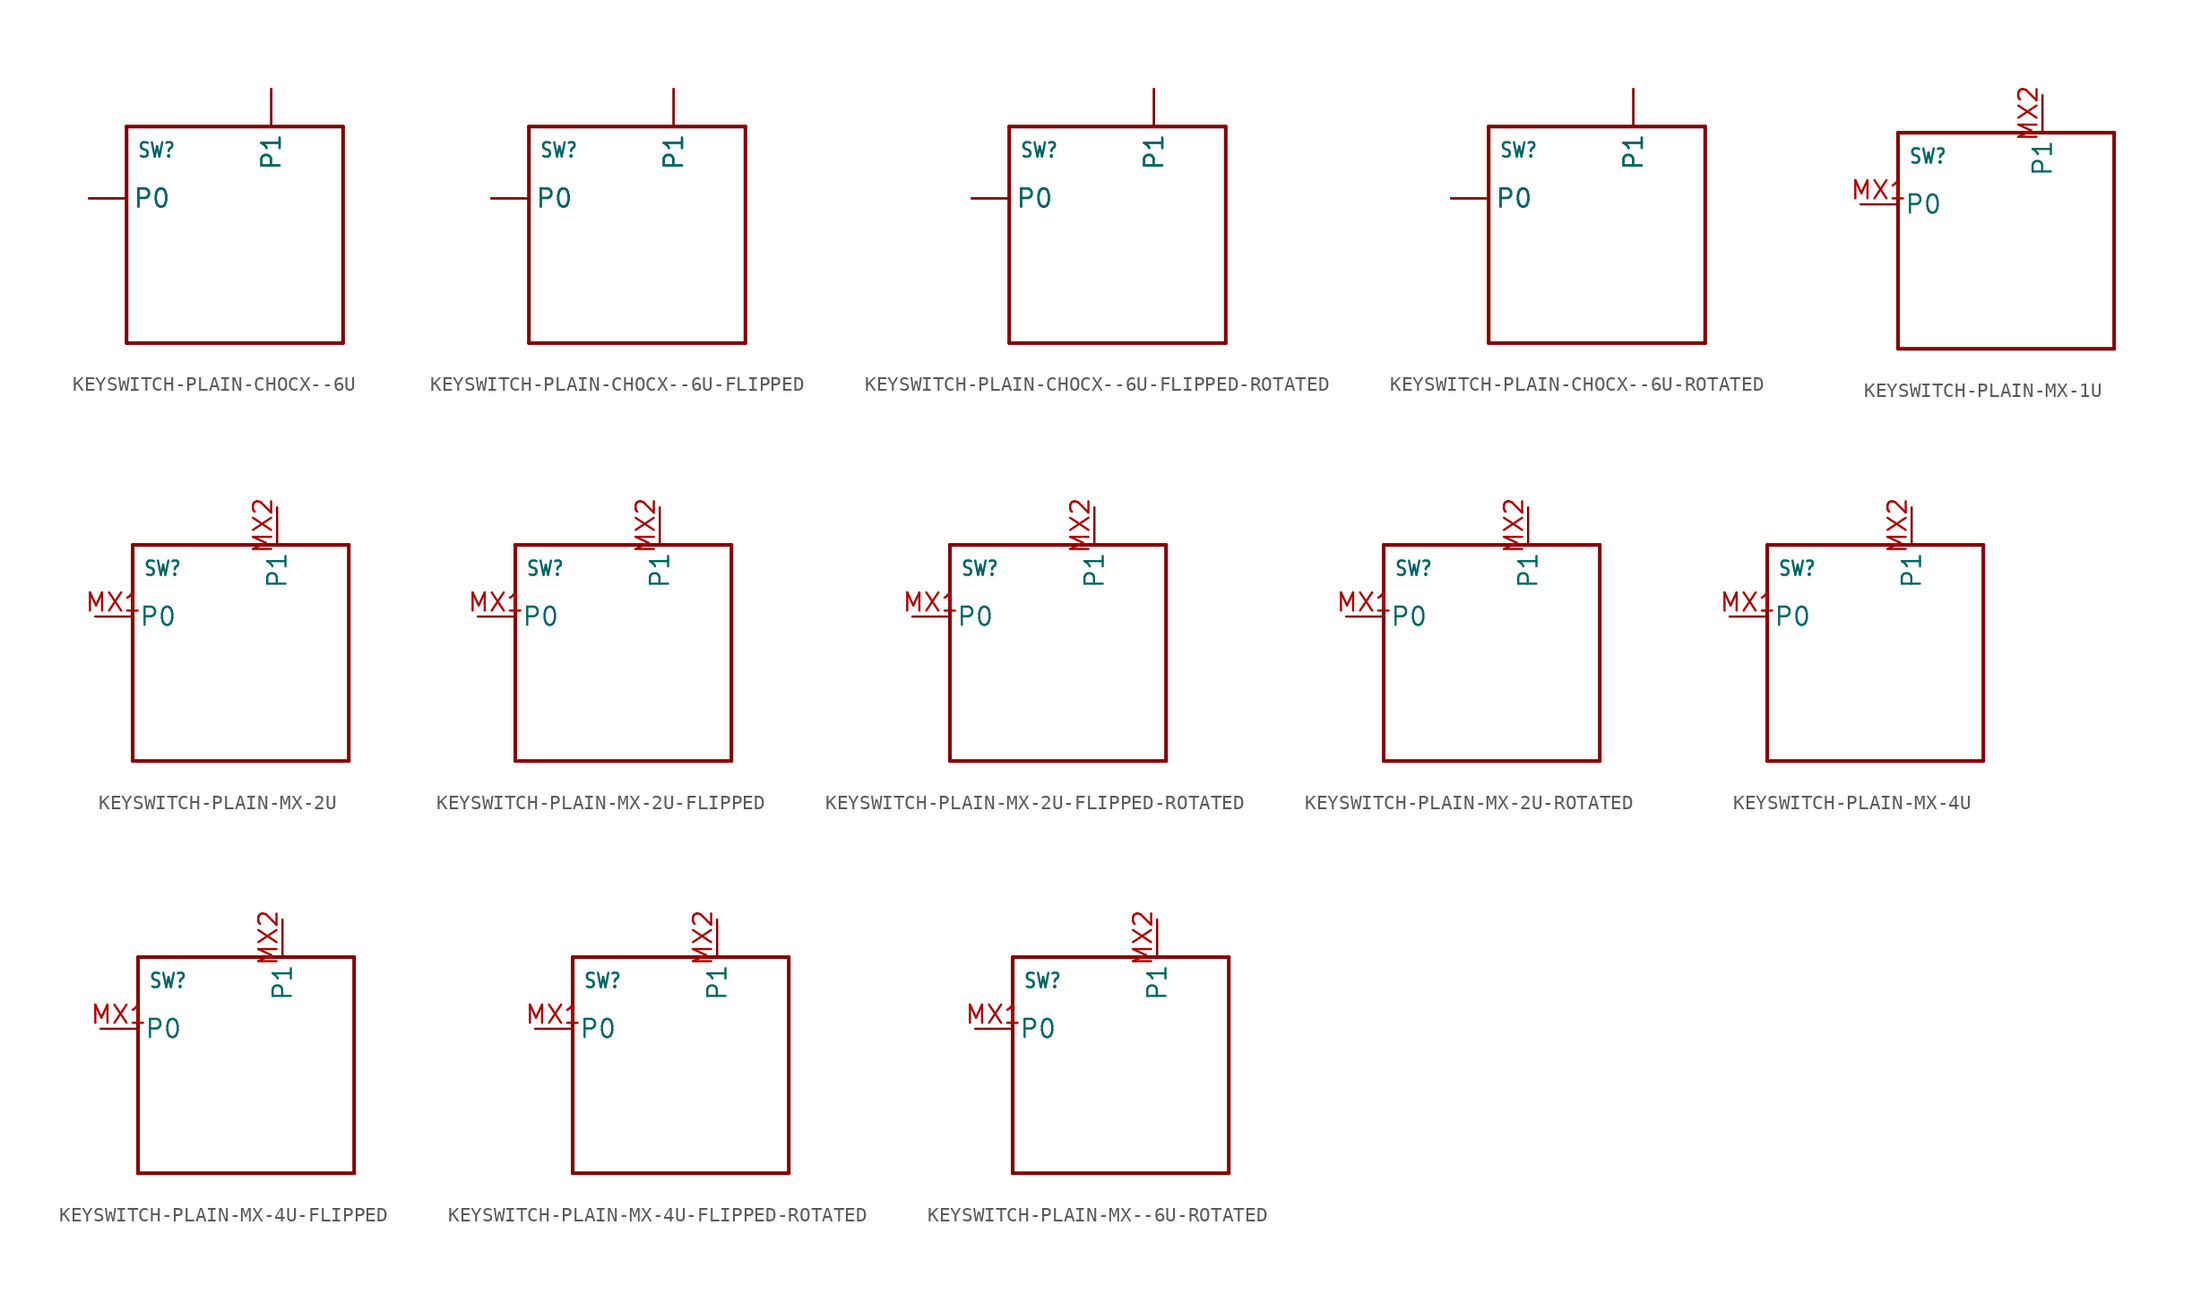
<source format=kicad_sym>
(kicad_symbol_lib
  (version 20211014)
  (generator kicad_symbol_editor)
  (symbol "KEYSWITCH-PLAIN-CHOCX--6U"
    (property "Reference" "SW"
      (at -6.81 5.318 0)
      (effects (font (size 1 0.85)) (justify left bottom)))
    (property "ki_locked" ""
      (at 0 0 0)
      (effects (font (size 1.27 1.27))))
    (symbol "KEYSWITCH-PLAIN-CHOCX--6U_1_0"
      (polyline (pts (xy -7.54 -7.54) (xy -7.54 7.54)) (stroke (width 0.254) (type default) (color 0 0 0 0)) (fill (type none)))
      (polyline (pts (xy -7.54 7.54) (xy 7.54 7.54)) (stroke (width 0.254) (type default) (color 0 0 0 0)) (fill (type none)))
      (polyline (pts (xy 7.54 -7.54) (xy -7.54 -7.54)) (stroke (width 0.254) (type default) (color 0 0 0 0)) (fill (type none)))
      (polyline (pts (xy 7.54 7.54) (xy 7.54 -7.54)) (stroke (width 0.254) (type default) (color 0 0 0 0)) (fill (type none)))
      (pin bidirectional line (at -10.16 2.54 0) (length 2.54) (name "P0" (effects (font (size 1.27 1.27)))) (number "CHOC1" (effects (font (size 0 0)))))
      (pin bidirectional line (at 2.54 10.16 270) (length 2.54) (name "P1" (effects (font (size 1.27 1.27)))) (number "CHOC2" (effects (font (size 0 0)))))
      (pin bidirectional line (at -10.16 2.54 0) (length 2.54) (name "P0" (effects (font (size 1.27 1.27)))) (number "X1" (effects (font (size 0 0)))))
      (pin bidirectional line (at 2.54 10.16 270) (length 2.54) (name "P1" (effects (font (size 1.27 1.27)))) (number "X2" (effects (font (size 0 0)))))))
  (symbol "KEYSWITCH-PLAIN-CHOCX--6U-FLIPPED"
    (property "Reference" "SW"
      (at -6.81 5.318 0)
      (effects (font (size 1 0.85)) (justify left bottom)))
    (property "ki_locked" ""
      (at 0 0 0)
      (effects (font (size 1.27 1.27))))
    (symbol "KEYSWITCH-PLAIN-CHOCX--6U-FLIPPED_1_0"
      (polyline (pts (xy -7.54 -7.54) (xy -7.54 7.54)) (stroke (width 0.254) (type default) (color 0 0 0 0)) (fill (type none)))
      (polyline (pts (xy -7.54 7.54) (xy 7.54 7.54)) (stroke (width 0.254) (type default) (color 0 0 0 0)) (fill (type none)))
      (polyline (pts (xy 7.54 -7.54) (xy -7.54 -7.54)) (stroke (width 0.254) (type default) (color 0 0 0 0)) (fill (type none)))
      (polyline (pts (xy 7.54 7.54) (xy 7.54 -7.54)) (stroke (width 0.254) (type default) (color 0 0 0 0)) (fill (type none)))
      (pin bidirectional line (at -10.16 2.54 0) (length 2.54) (name "P0" (effects (font (size 1.27 1.27)))) (number "CHOC1" (effects (font (size 0 0)))))
      (pin bidirectional line (at 2.54 10.16 270) (length 2.54) (name "P1" (effects (font (size 1.27 1.27)))) (number "CHOC2" (effects (font (size 0 0)))))
      (pin bidirectional line (at -10.16 2.54 0) (length 2.54) (name "P0" (effects (font (size 1.27 1.27)))) (number "X1" (effects (font (size 0 0)))))
      (pin bidirectional line (at 2.54 10.16 270) (length 2.54) (name "P1" (effects (font (size 1.27 1.27)))) (number "X2" (effects (font (size 0 0)))))))
  (symbol "KEYSWITCH-PLAIN-CHOCX--6U-FLIPPED-ROTATED"
    (property "Reference" "SW"
      (at -6.81 5.318 0)
      (effects (font (size 1 0.85)) (justify left bottom)))
    (property "ki_locked" ""
      (at 0 0 0)
      (effects (font (size 1.27 1.27))))
    (symbol "KEYSWITCH-PLAIN-CHOCX--6U-FLIPPED-ROTATED_1_0"
      (polyline (pts (xy -7.54 -7.54) (xy -7.54 7.54)) (stroke (width 0.254) (type default) (color 0 0 0 0)) (fill (type none)))
      (polyline (pts (xy -7.54 7.54) (xy 7.54 7.54)) (stroke (width 0.254) (type default) (color 0 0 0 0)) (fill (type none)))
      (polyline (pts (xy 7.54 -7.54) (xy -7.54 -7.54)) (stroke (width 0.254) (type default) (color 0 0 0 0)) (fill (type none)))
      (polyline (pts (xy 7.54 7.54) (xy 7.54 -7.54)) (stroke (width 0.254) (type default) (color 0 0 0 0)) (fill (type none)))
      (pin bidirectional line (at -10.16 2.54 0) (length 2.54) (name "P0" (effects (font (size 1.27 1.27)))) (number "CHOC1" (effects (font (size 0 0)))))
      (pin bidirectional line (at 2.54 10.16 270) (length 2.54) (name "P1" (effects (font (size 1.27 1.27)))) (number "CHOC2" (effects (font (size 0 0)))))
      (pin bidirectional line (at -10.16 2.54 0) (length 2.54) (name "P0" (effects (font (size 1.27 1.27)))) (number "X1" (effects (font (size 0 0)))))
      (pin bidirectional line (at 2.54 10.16 270) (length 2.54) (name "P1" (effects (font (size 1.27 1.27)))) (number "X2" (effects (font (size 0 0)))))))
  (symbol "KEYSWITCH-PLAIN-CHOCX--6U-ROTATED"
    (property "Reference" "SW"
      (at -6.81 5.318 0)
      (effects (font (size 1 0.85)) (justify left bottom)))
    (property "ki_locked" ""
      (at 0 0 0)
      (effects (font (size 1.27 1.27))))
    (symbol "KEYSWITCH-PLAIN-CHOCX--6U-ROTATED_1_0"
      (polyline (pts (xy -7.54 -7.54) (xy -7.54 7.54)) (stroke (width 0.254) (type default) (color 0 0 0 0)) (fill (type none)))
      (polyline (pts (xy -7.54 7.54) (xy 7.54 7.54)) (stroke (width 0.254) (type default) (color 0 0 0 0)) (fill (type none)))
      (polyline (pts (xy 7.54 -7.54) (xy -7.54 -7.54)) (stroke (width 0.254) (type default) (color 0 0 0 0)) (fill (type none)))
      (polyline (pts (xy 7.54 7.54) (xy 7.54 -7.54)) (stroke (width 0.254) (type default) (color 0 0 0 0)) (fill (type none)))
      (pin bidirectional line (at -10.16 2.54 0) (length 2.54) (name "P0" (effects (font (size 1.27 1.27)))) (number "CHOC1" (effects (font (size 0 0)))))
      (pin bidirectional line (at 2.54 10.16 270) (length 2.54) (name "P1" (effects (font (size 1.27 1.27)))) (number "CHOC2" (effects (font (size 0 0)))))
      (pin bidirectional line (at -10.16 2.54 0) (length 2.54) (name "P0" (effects (font (size 1.27 1.27)))) (number "X1" (effects (font (size 0 0)))))
      (pin bidirectional line (at 2.54 10.16 270) (length 2.54) (name "P1" (effects (font (size 1.27 1.27)))) (number "X2" (effects (font (size 0 0)))))))
  (symbol "KEYSWITCH-PLAIN-MX-1U"
    (property "Reference" "SW"
      (at -6.81 5.318 0)
      (effects (font (size 1 0.85)) (justify left bottom)))
    (property "ki_locked" ""
      (at 0 0 0)
      (effects (font (size 1.27 1.27))))
    (symbol "KEYSWITCH-PLAIN-MX-1U_1_0"
      (polyline (pts (xy -7.54 -7.54) (xy -7.54 7.54)) (stroke (width 0.254) (type default) (color 0 0 0 0)) (fill (type none)))
      (polyline (pts (xy -7.54 7.54) (xy 7.54 7.54)) (stroke (width 0.254) (type default) (color 0 0 0 0)) (fill (type none)))
      (polyline (pts (xy 7.54 -7.54) (xy -7.54 -7.54)) (stroke (width 0.254) (type default) (color 0 0 0 0)) (fill (type none)))
      (polyline (pts (xy 7.54 7.54) (xy 7.54 -7.54)) (stroke (width 0.254) (type default) (color 0 0 0 0)) (fill (type none)))
      (pin bidirectional line (at -10.16 2.54 0) (length 2.54) (name "P0" (effects (font (size 1.27 1.27)))) (number "MX1" (effects (font (size 1.27 1.27)))))
      (pin bidirectional line (at 2.54 10.16 270) (length 2.54) (name "P1" (effects (font (size 1.27 1.27)))) (number "MX2" (effects (font (size 1.27 1.27)))))))
  (symbol "KEYSWITCH-PLAIN-MX-2U"
    (property "Reference" "SW"
      (at -6.81 5.318 0)
      (effects (font (size 1 0.85)) (justify left bottom)))
    (property "ki_locked" ""
      (at 0 0 0)
      (effects (font (size 1.27 1.27))))
    (symbol "KEYSWITCH-PLAIN-MX-2U_1_0"
      (polyline (pts (xy -7.54 -7.54) (xy -7.54 7.54)) (stroke (width 0.254) (type default) (color 0 0 0 0)) (fill (type none)))
      (polyline (pts (xy -7.54 7.54) (xy 7.54 7.54)) (stroke (width 0.254) (type default) (color 0 0 0 0)) (fill (type none)))
      (polyline (pts (xy 7.54 -7.54) (xy -7.54 -7.54)) (stroke (width 0.254) (type default) (color 0 0 0 0)) (fill (type none)))
      (polyline (pts (xy 7.54 7.54) (xy 7.54 -7.54)) (stroke (width 0.254) (type default) (color 0 0 0 0)) (fill (type none)))
      (pin bidirectional line (at -10.16 2.54 0) (length 2.54) (name "P0" (effects (font (size 1.27 1.27)))) (number "MX1" (effects (font (size 1.27 1.27)))))
      (pin bidirectional line (at 2.54 10.16 270) (length 2.54) (name "P1" (effects (font (size 1.27 1.27)))) (number "MX2" (effects (font (size 1.27 1.27)))))))
  (symbol "KEYSWITCH-PLAIN-MX-2U-FLIPPED"
    (property "Reference" "SW"
      (at -6.81 5.318 0)
      (effects (font (size 1 0.85)) (justify left bottom)))
    (property "ki_locked" ""
      (at 0 0 0)
      (effects (font (size 1.27 1.27))))
    (symbol "KEYSWITCH-PLAIN-MX-2U-FLIPPED_1_0"
      (polyline (pts (xy -7.54 -7.54) (xy -7.54 7.54)) (stroke (width 0.254) (type default) (color 0 0 0 0)) (fill (type none)))
      (polyline (pts (xy -7.54 7.54) (xy 7.54 7.54)) (stroke (width 0.254) (type default) (color 0 0 0 0)) (fill (type none)))
      (polyline (pts (xy 7.54 -7.54) (xy -7.54 -7.54)) (stroke (width 0.254) (type default) (color 0 0 0 0)) (fill (type none)))
      (polyline (pts (xy 7.54 7.54) (xy 7.54 -7.54)) (stroke (width 0.254) (type default) (color 0 0 0 0)) (fill (type none)))
      (pin bidirectional line (at -10.16 2.54 0) (length 2.54) (name "P0" (effects (font (size 1.27 1.27)))) (number "MX1" (effects (font (size 1.27 1.27)))))
      (pin bidirectional line (at 2.54 10.16 270) (length 2.54) (name "P1" (effects (font (size 1.27 1.27)))) (number "MX2" (effects (font (size 1.27 1.27)))))))
  (symbol "KEYSWITCH-PLAIN-MX-2U-FLIPPED-ROTATED"
    (property "Reference" "SW"
      (at -6.81 5.318 0)
      (effects (font (size 1 0.85)) (justify left bottom)))
    (property "ki_locked" ""
      (at 0 0 0)
      (effects (font (size 1.27 1.27))))
    (symbol "KEYSWITCH-PLAIN-MX-2U-FLIPPED-ROTATED_1_0"
      (polyline (pts (xy -7.54 -7.54) (xy -7.54 7.54)) (stroke (width 0.254) (type default) (color 0 0 0 0)) (fill (type none)))
      (polyline (pts (xy -7.54 7.54) (xy 7.54 7.54)) (stroke (width 0.254) (type default) (color 0 0 0 0)) (fill (type none)))
      (polyline (pts (xy 7.54 -7.54) (xy -7.54 -7.54)) (stroke (width 0.254) (type default) (color 0 0 0 0)) (fill (type none)))
      (polyline (pts (xy 7.54 7.54) (xy 7.54 -7.54)) (stroke (width 0.254) (type default) (color 0 0 0 0)) (fill (type none)))
      (pin bidirectional line (at -10.16 2.54 0) (length 2.54) (name "P0" (effects (font (size 1.27 1.27)))) (number "MX1" (effects (font (size 1.27 1.27)))))
      (pin bidirectional line (at 2.54 10.16 270) (length 2.54) (name "P1" (effects (font (size 1.27 1.27)))) (number "MX2" (effects (font (size 1.27 1.27)))))))
  (symbol "KEYSWITCH-PLAIN-MX-2U-ROTATED"
    (property "Reference" "SW"
      (at -6.81 5.318 0)
      (effects (font (size 1 0.85)) (justify left bottom)))
    (property "ki_locked" ""
      (at 0 0 0)
      (effects (font (size 1.27 1.27))))
    (symbol "KEYSWITCH-PLAIN-MX-2U-ROTATED_1_0"
      (polyline (pts (xy -7.54 -7.54) (xy -7.54 7.54)) (stroke (width 0.254) (type default) (color 0 0 0 0)) (fill (type none)))
      (polyline (pts (xy -7.54 7.54) (xy 7.54 7.54)) (stroke (width 0.254) (type default) (color 0 0 0 0)) (fill (type none)))
      (polyline (pts (xy 7.54 -7.54) (xy -7.54 -7.54)) (stroke (width 0.254) (type default) (color 0 0 0 0)) (fill (type none)))
      (polyline (pts (xy 7.54 7.54) (xy 7.54 -7.54)) (stroke (width 0.254) (type default) (color 0 0 0 0)) (fill (type none)))
      (pin bidirectional line (at -10.16 2.54 0) (length 2.54) (name "P0" (effects (font (size 1.27 1.27)))) (number "MX1" (effects (font (size 1.27 1.27)))))
      (pin bidirectional line (at 2.54 10.16 270) (length 2.54) (name "P1" (effects (font (size 1.27 1.27)))) (number "MX2" (effects (font (size 1.27 1.27)))))))
  (symbol "KEYSWITCH-PLAIN-MX-4U"
    (property "Reference" "SW"
      (at -6.81 5.318 0)
      (effects (font (size 1 0.85)) (justify left bottom)))
    (property "ki_locked" ""
      (at 0 0 0)
      (effects (font (size 1.27 1.27))))
    (symbol "KEYSWITCH-PLAIN-MX-4U_1_0"
      (polyline (pts (xy -7.54 -7.54) (xy -7.54 7.54)) (stroke (width 0.254) (type default) (color 0 0 0 0)) (fill (type none)))
      (polyline (pts (xy -7.54 7.54) (xy 7.54 7.54)) (stroke (width 0.254) (type default) (color 0 0 0 0)) (fill (type none)))
      (polyline (pts (xy 7.54 -7.54) (xy -7.54 -7.54)) (stroke (width 0.254) (type default) (color 0 0 0 0)) (fill (type none)))
      (polyline (pts (xy 7.54 7.54) (xy 7.54 -7.54)) (stroke (width 0.254) (type default) (color 0 0 0 0)) (fill (type none)))
      (pin bidirectional line (at -10.16 2.54 0) (length 2.54) (name "P0" (effects (font (size 1.27 1.27)))) (number "MX1" (effects (font (size 1.27 1.27)))))
      (pin bidirectional line (at 2.54 10.16 270) (length 2.54) (name "P1" (effects (font (size 1.27 1.27)))) (number "MX2" (effects (font (size 1.27 1.27)))))))
  (symbol "KEYSWITCH-PLAIN-MX-4U-FLIPPED"
    (property "Reference" "SW"
      (at -6.81 5.318 0)
      (effects (font (size 1 0.85)) (justify left bottom)))
    (property "ki_locked" ""
      (at 0 0 0)
      (effects (font (size 1.27 1.27))))
    (symbol "KEYSWITCH-PLAIN-MX-4U-FLIPPED_1_0"
      (polyline (pts (xy -7.54 -7.54) (xy -7.54 7.54)) (stroke (width 0.254) (type default) (color 0 0 0 0)) (fill (type none)))
      (polyline (pts (xy -7.54 7.54) (xy 7.54 7.54)) (stroke (width 0.254) (type default) (color 0 0 0 0)) (fill (type none)))
      (polyline (pts (xy 7.54 -7.54) (xy -7.54 -7.54)) (stroke (width 0.254) (type default) (color 0 0 0 0)) (fill (type none)))
      (polyline (pts (xy 7.54 7.54) (xy 7.54 -7.54)) (stroke (width 0.254) (type default) (color 0 0 0 0)) (fill (type none)))
      (pin bidirectional line (at -10.16 2.54 0) (length 2.54) (name "P0" (effects (font (size 1.27 1.27)))) (number "MX1" (effects (font (size 1.27 1.27)))))
      (pin bidirectional line (at 2.54 10.16 270) (length 2.54) (name "P1" (effects (font (size 1.27 1.27)))) (number "MX2" (effects (font (size 1.27 1.27)))))))
  (symbol "KEYSWITCH-PLAIN-MX-4U-FLIPPED-ROTATED"
    (property "Reference" "SW"
      (at -6.81 5.318 0)
      (effects (font (size 1 0.85)) (justify left bottom)))
    (property "ki_locked" ""
      (at 0 0 0)
      (effects (font (size 1.27 1.27))))
    (symbol "KEYSWITCH-PLAIN-MX-4U-FLIPPED-ROTATED_1_0"
      (polyline (pts (xy -7.54 -7.54) (xy -7.54 7.54)) (stroke (width 0.254) (type default) (color 0 0 0 0)) (fill (type none)))
      (polyline (pts (xy -7.54 7.54) (xy 7.54 7.54)) (stroke (width 0.254) (type default) (color 0 0 0 0)) (fill (type none)))
      (polyline (pts (xy 7.54 -7.54) (xy -7.54 -7.54)) (stroke (width 0.254) (type default) (color 0 0 0 0)) (fill (type none)))
      (polyline (pts (xy 7.54 7.54) (xy 7.54 -7.54)) (stroke (width 0.254) (type default) (color 0 0 0 0)) (fill (type none)))
      (pin bidirectional line (at -10.16 2.54 0) (length 2.54) (name "P0" (effects (font (size 1.27 1.27)))) (number "MX1" (effects (font (size 1.27 1.27)))))
      (pin bidirectional line (at 2.54 10.16 270) (length 2.54) (name "P1" (effects (font (size 1.27 1.27)))) (number "MX2" (effects (font (size 1.27 1.27)))))))
  (symbol "KEYSWITCH-PLAIN-MX--6U-ROTATED"
    (property "Reference" "SW"
      (at -6.81 5.318 0)
      (effects (font (size 1 0.85)) (justify left bottom)))
    (property "ki_locked" ""
      (at 0 0 0)
      (effects (font (size 1.27 1.27))))
    (symbol "KEYSWITCH-PLAIN-MX--6U-ROTATED_1_0"
      (polyline (pts (xy -7.54 -7.54) (xy -7.54 7.54)) (stroke (width 0.254) (type default) (color 0 0 0 0)) (fill (type none)))
      (polyline (pts (xy -7.54 7.54) (xy 7.54 7.54)) (stroke (width 0.254) (type default) (color 0 0 0 0)) (fill (type none)))
      (polyline (pts (xy 7.54 -7.54) (xy -7.54 -7.54)) (stroke (width 0.254) (type default) (color 0 0 0 0)) (fill (type none)))
      (polyline (pts (xy 7.54 7.54) (xy 7.54 -7.54)) (stroke (width 0.254) (type default) (color 0 0 0 0)) (fill (type none)))
      (pin bidirectional line (at -10.16 2.54 0) (length 2.54) (name "P0" (effects (font (size 1.27 1.27)))) (number "MX1" (effects (font (size 1.27 1.27)))))
      (pin bidirectional line (at 2.54 10.16 270) (length 2.54) (name "P1" (effects (font (size 1.27 1.27)))) (number "MX2" (effects (font (size 1.27 1.27))))))))
</source>
